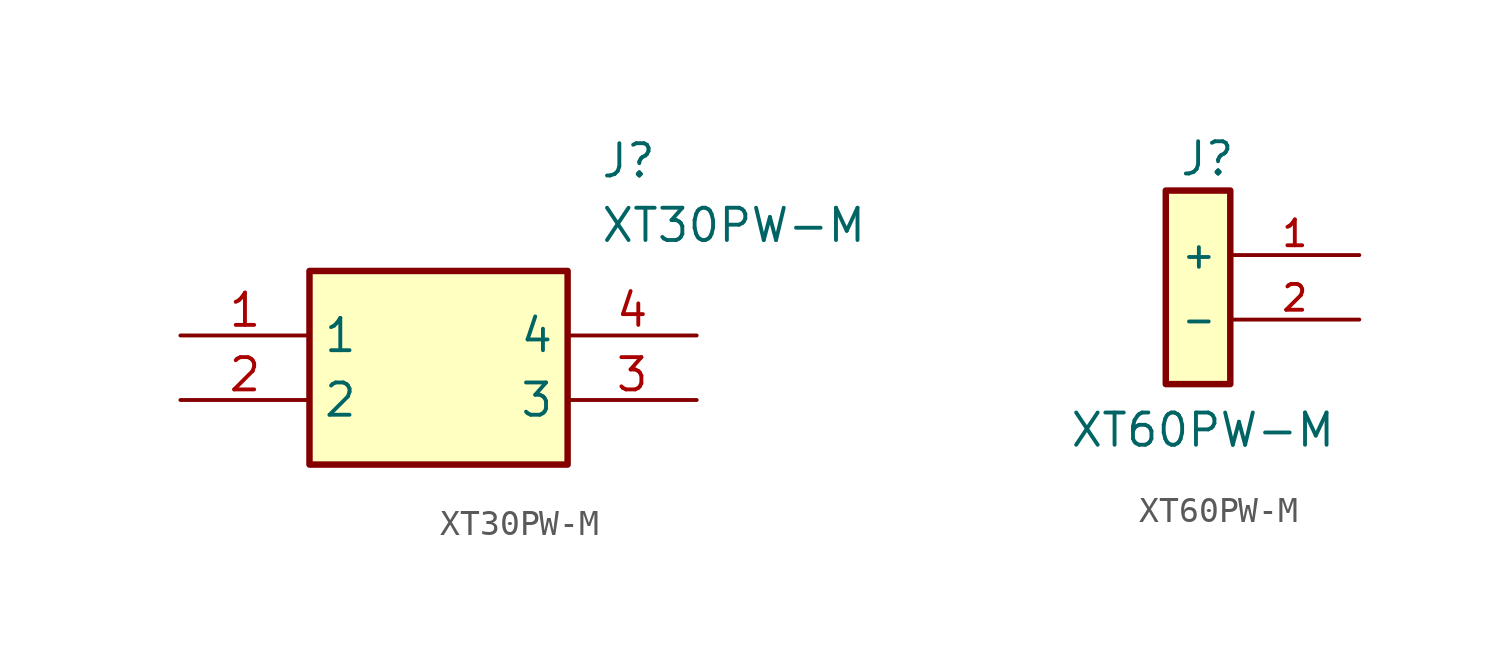
<source format=kicad_sym>
(kicad_symbol_lib
  (version 20231120)
  (generator "kicad_symbol_editor")
  (generator_version "8.0")
  (symbol "XT30PW-M"
    (property "Reference" "J"
      (at 16.51 7.62 0)
      (effects (font (size 1.27 1.27)) (justify left top)))
    (property "Value" "XT30PW-M"
      (at 16.51 5.08 0)
      (effects (font (size 1.27 1.27)) (justify left top)))
    (symbol "XT30PW-M_1_1"
      (rectangle (start 5.08 2.54) (end 15.24 -5.08) (stroke (width 0.254) (type default)) (fill (type background)))
      (pin passive line (at 0 0 0) (length 5.08) (name "1" (effects (font (size 1.27 1.27)))) (number "1" (effects (font (size 1.27 1.27)))))
      (pin passive line (at 0 -2.54 0) (length 5.08) (name "2" (effects (font (size 1.27 1.27)))) (number "2" (effects (font (size 1.27 1.27)))))
      (pin passive line (at 20.32 -2.54 180) (length 5.08) (name "3" (effects (font (size 1.27 1.27)))) (number "3" (effects (font (size 1.27 1.27)))))
      (pin passive line (at 20.32 0 180) (length 5.08) (name "4" (effects (font (size 1.27 1.27)))) (number "4" (effects (font (size 1.27 1.27)))))))
  (symbol "XT60PW-M"
    (property "Reference" "J"
      (at -0.762 5.588 0)
      (effects (font (size 1.27 1.27)) (justify left bottom)))
    (property "Value" "XT60PW-M"
      (at -5.08 -5.092 0)
      (effects (font (size 1.27 1.27)) (justify left bottom)))
    (symbol "XT60PW-M_0_0"
      (rectangle (start 1.27 -2.54) (end -1.27 5.08) (stroke (width 0.254) (type default)) (fill (type background))))
    (symbol "XT60PW-M_1_0"
      (pin power_in line (at 6.35 2.54 180) (length 5.08) (name "+" (effects (font (size 1.016 1.016)))) (number "1" (effects (font (size 1.016 1.016)))))
      (pin power_in line (at 6.35 0 180) (length 5.08) (name "-" (effects (font (size 1.016 1.016)))) (number "2" (effects (font (size 1.016 1.016))))))))
</source>
